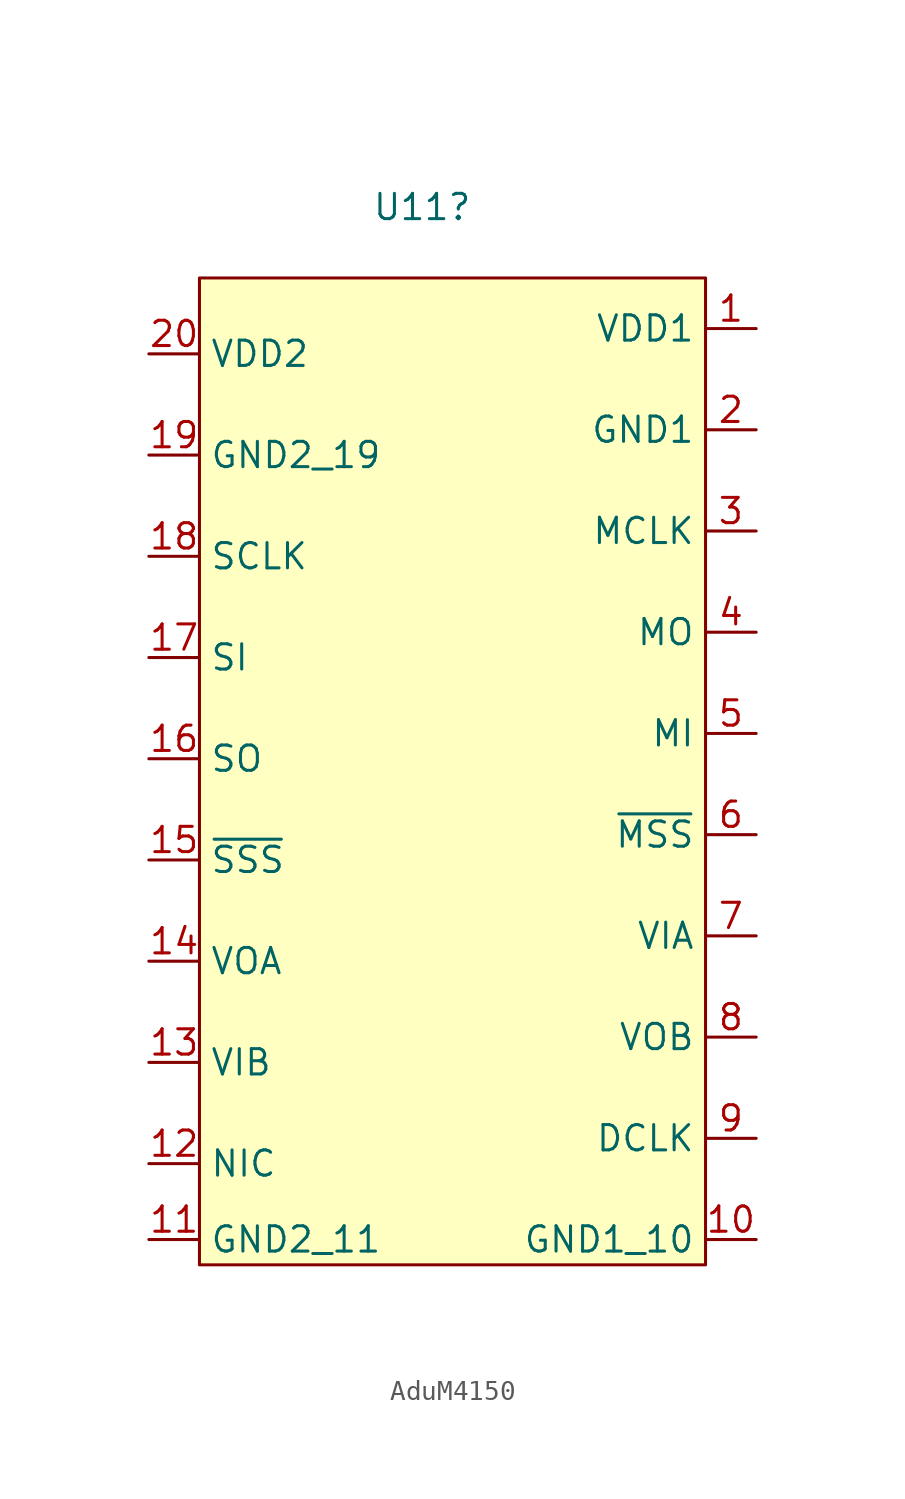
<source format=kicad_sym>
(kicad_symbol_lib
  (version 20241209)
  (generator "kicad_symbol_editor")
  (generator_version "9.0")
  (symbol "AduM4150"
    (property "Reference" "U11"
      (at -0.254 28.956 0)
      (effects (font (size 1.27 1.27))))
    (property "Value" ""
      (at -4.445 9.525 90)
      (effects (font (size 1.27 1.27))))
    (symbol "AduM4150_1_1"
      (rectangle (start -11.43 25.4) (end 13.97 -24.13) (stroke (width 0) (type solid)) (fill (type background)))
      (pin input line (at -13.97 21.59 0) (length 2.54) (name "VDD2" (effects (font (size 1.27 1.27)))) (number "20" (effects (font (size 1.27 1.27)))))
      (pin passive line (at -13.97 16.51 0) (length 2.54) (name "GND2_19" (effects (font (size 1.27 1.27)))) (number "19" (effects (font (size 1.27 1.27)))))
      (pin output line (at -13.97 11.43 0) (length 2.54) (name "SCLK" (effects (font (size 1.27 1.27)))) (number "18" (effects (font (size 1.27 1.27)))))
      (pin input line (at -13.97 6.35 0) (length 2.54) (name "SI" (effects (font (size 1.27 1.27)))) (number "17" (effects (font (size 1.27 1.27)))))
      (pin input line (at -13.97 1.27 0) (length 2.54) (name "SO" (effects (font (size 1.27 1.27)))) (number "16" (effects (font (size 1.27 1.27)))))
      (pin output line (at -13.97 -3.81 0) (length 2.54) (name "~{SSS}" (effects (font (size 1.27 1.27)))) (number "15" (effects (font (size 1.27 1.27)))))
      (pin output line (at -13.97 -8.89 0) (length 2.54) (name "VOA" (effects (font (size 1.27 1.27)))) (number "14" (effects (font (size 1.27 1.27)))))
      (pin input line (at -13.97 -13.97 0) (length 2.54) (name "VIB" (effects (font (size 1.27 1.27)))) (number "13" (effects (font (size 1.27 1.27)))))
      (pin output line (at -13.97 -19.05 0) (length 2.54) (name "NIC" (effects (font (size 1.27 1.27)))) (number "12" (effects (font (size 1.27 1.27)))))
      (pin passive line (at -13.97 -22.86 0) (length 2.54) (name "GND2_11" (effects (font (size 1.27 1.27)))) (number "11" (effects (font (size 1.27 1.27)))))
      (pin input line (at 16.51 22.86 180) (length 2.54) (name "VDD1" (effects (font (size 1.27 1.27)))) (number "1" (effects (font (size 1.27 1.27)))))
      (pin bidirectional line (at 16.51 17.78 180) (length 2.54) (name "GND1" (effects (font (size 1.27 1.27)))) (number "2" (effects (font (size 1.27 1.27)))))
      (pin input line (at 16.51 12.7 180) (length 2.54) (name "MCLK" (effects (font (size 1.27 1.27)))) (number "3" (effects (font (size 1.27 1.27)))))
      (pin input line (at 16.51 7.62 180) (length 2.54) (name "MO" (effects (font (size 1.27 1.27)))) (number "4" (effects (font (size 1.27 1.27)))))
      (pin output line (at 16.51 2.54 180) (length 2.54) (name "MI" (effects (font (size 1.27 1.27)))) (number "5" (effects (font (size 1.27 1.27)))))
      (pin input line (at 16.51 -2.54 180) (length 2.54) (name "~{MSS}" (effects (font (size 1.27 1.27)))) (number "6" (effects (font (size 1.27 1.27)))))
      (pin input line (at 16.51 -7.62 180) (length 2.54) (name "VIA" (effects (font (size 1.27 1.27)))) (number "7" (effects (font (size 1.27 1.27)))))
      (pin output line (at 16.51 -12.7 180) (length 2.54) (name "VOB" (effects (font (size 1.27 1.27)))) (number "8" (effects (font (size 1.27 1.27)))))
      (pin input line (at 16.51 -17.78 180) (length 2.54) (name "DCLK" (effects (font (size 1.27 1.27)))) (number "9" (effects (font (size 1.27 1.27)))))
      (pin bidirectional line (at 16.51 -22.86 180) (length 2.54) (name "GND1_10" (effects (font (size 1.27 1.27)))) (number "10" (effects (font (size 1.27 1.27))))))))
</source>
